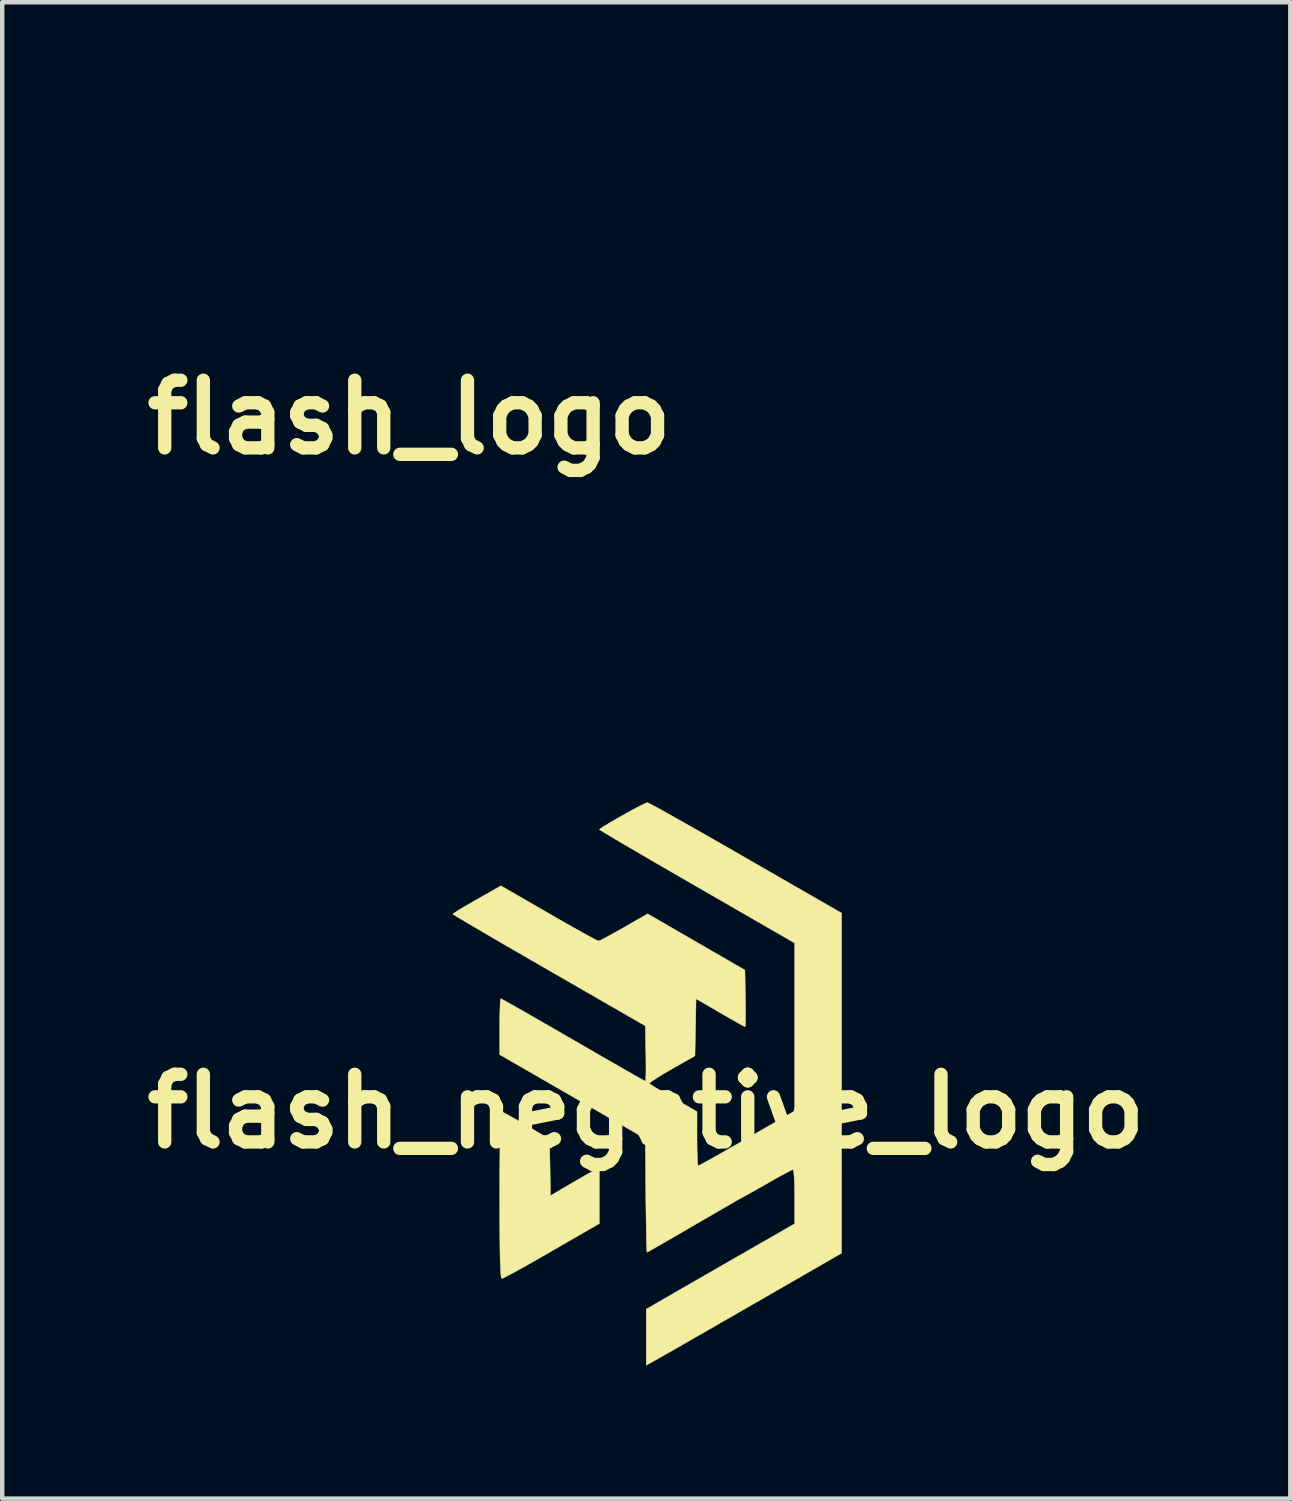
<source format=kicad_pcb>
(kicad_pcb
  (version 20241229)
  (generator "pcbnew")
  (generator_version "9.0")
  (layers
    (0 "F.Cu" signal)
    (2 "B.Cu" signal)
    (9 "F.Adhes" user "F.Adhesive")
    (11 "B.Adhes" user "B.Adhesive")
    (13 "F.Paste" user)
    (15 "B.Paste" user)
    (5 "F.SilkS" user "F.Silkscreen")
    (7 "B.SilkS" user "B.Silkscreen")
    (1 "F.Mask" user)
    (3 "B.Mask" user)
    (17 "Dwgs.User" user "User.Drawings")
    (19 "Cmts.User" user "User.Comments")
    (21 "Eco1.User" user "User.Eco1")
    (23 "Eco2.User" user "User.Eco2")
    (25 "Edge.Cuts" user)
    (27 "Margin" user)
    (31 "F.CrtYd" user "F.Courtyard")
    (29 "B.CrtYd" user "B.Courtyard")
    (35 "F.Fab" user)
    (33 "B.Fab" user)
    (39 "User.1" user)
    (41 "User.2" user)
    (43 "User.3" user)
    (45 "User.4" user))
  (footprint "flash_negative_logo"
    (layer "F.Cu")
    (at 11.51 21.988)
    (property "Reference" "flash_negative_logo" (at 0 0 0) (layer "F.SilkS") (effects (font (size 1.524 1.524) (thickness 0.3))))
    (attr through_hole)
    (fp_poly (pts (xy -3.224 0.023) (xy -3.119 0.079) (xy -2.969 0.163) (xy -2.788 0.268) (xy -2.709 0.314) (xy -2.18 0.624) (xy -2.168 1.262) (xy -2.157 1.9) (xy -1.851 1.72) (xy -1.667 1.612) (xy -1.473 1.5) (xy -1.309 1.406) (xy -1.302 1.402) (xy -1.058 1.264) (xy -1.058 2.529) (xy -2.131 3.148) (xy -2.405 3.306) (xy -2.657 3.449) (xy -2.877 3.572) (xy -3.055 3.669) (xy -3.181 3.736) (xy -3.247 3.766) (xy -3.253 3.768) (xy -3.265 3.745) (xy -3.276 3.675) (xy -3.284 3.551) (xy -3.291 3.369) (xy -3.296 3.123) (xy -3.299 2.809) (xy -3.301 2.421) (xy -3.302 1.954) (xy -3.302 1.884) (xy -3.301 1.494) (xy -3.299 1.131) (xy -3.296 0.804) (xy -3.292 0.521) (xy -3.287 0.292) (xy -3.281 0.123) (xy -3.275 0.025) (xy -3.27 0.002) (xy -3.224 0.023)) (stroke (width 0.01) (type solid)) (fill yes) (layer "F.SilkS"))
    (fp_poly (pts (xy 0.069 -6.936) (xy 0.181 -6.877) (xy 0.352 -6.783) (xy 0.578 -6.657) (xy 0.85 -6.504) (xy 1.162 -6.327) (xy 1.509 -6.129) (xy 1.882 -5.916) (xy 2.237 -5.711) (xy 4.4 -4.466) (xy 4.4 -0.635) (xy 4.399 3.196) (xy 2.488 4.297) (xy 2.11 4.515) (xy 1.745 4.724) (xy 1.402 4.922) (xy 1.089 5.101) (xy 0.815 5.259) (xy 0.587 5.389) (xy 0.414 5.488) (xy 0.305 5.55) (xy 0.288 5.559) (xy 0 5.721) (xy 0 4.457) (xy 0.603 4.108) (xy 0.807 3.99) (xy 1.067 3.841) (xy 1.365 3.669) (xy 1.684 3.485) (xy 2.007 3.3) (xy 2.275 3.146) (xy 3.344 2.533) (xy 3.344 1.923) (xy 3.342 1.705) (xy 3.335 1.522) (xy 3.325 1.389) (xy 3.312 1.319) (xy 3.306 1.312) (xy 3.257 1.332) (xy 3.15 1.388) (xy 2.998 1.47) (xy 2.816 1.572) (xy 2.752 1.609) (xy 2.565 1.715) (xy 2.407 1.805) (xy 2.291 1.87) (xy 2.229 1.903) (xy 2.223 1.905) (xy 2.185 1.925) (xy 2.083 1.983) (xy 1.926 2.074) (xy 1.723 2.191) (xy 1.483 2.33) (xy 1.216 2.485) (xy 1.122 2.54) (xy 0.847 2.7) (xy 0.597 2.845) (xy 0.38 2.97) (xy 0.206 3.07) (xy 0.084 3.139) (xy 0.022 3.173) (xy 0.017 3.175) (xy 0.013 3.134) (xy 0.008 3.019) (xy 0.003 2.84) (xy -0.001 2.608) (xy -0.005 2.331) (xy -0.009 2.022) (xy -0.01 1.895) (xy -0.021 0.615) (xy -1.662 -0.332) (xy -3.302 -1.278) (xy -3.302 -1.909) (xy -3.301 -2.129) (xy -3.296 -2.316) (xy -3.29 -2.455) (xy -3.283 -2.53) (xy -3.279 -2.54) (xy -3.238 -2.519) (xy -3.132 -2.461) (xy -2.968 -2.368) (xy -2.753 -2.246) (xy -2.495 -2.098) (xy -2.202 -1.929) (xy -1.881 -1.744) (xy -1.647 -1.609) (xy -1.311 -1.414) (xy -0.998 -1.234) (xy -0.715 -1.071) (xy -0.47 -0.931) (xy -0.271 -0.817) (xy -0.124 -0.735) (xy -0.039 -0.687) (xy -0.018 -0.677) (xy -0.012 -0.717) (xy -0.008 -0.827) (xy -0.006 -0.992) (xy -0.008 -1.197) (xy -0.009 -1.301) (xy -0.021 -1.926) (xy -2.19 -3.175) (xy -2.581 -3.401) (xy -2.95 -3.614) (xy -3.29 -3.811) (xy -3.594 -3.989) (xy -3.856 -4.142) (xy -4.07 -4.268) (xy -4.229 -4.363) (xy -4.327 -4.424) (xy -4.358 -4.445) (xy -4.323 -4.472) (xy -4.227 -4.533) (xy -4.083 -4.619) (xy -3.904 -4.723) (xy -3.816 -4.773) (xy -3.274 -5.081) (xy -2.198 -4.46) (xy -1.924 -4.302) (xy -1.672 -4.159) (xy -1.452 -4.036) (xy -1.275 -3.938) (xy -1.149 -3.871) (xy -1.083 -3.84) (xy -1.078 -3.838) (xy -1.026 -3.858) (xy -0.916 -3.914) (xy -0.762 -3.997) (xy -0.578 -4.1) (xy -0.501 -4.144) (xy 0.03 -4.45) (xy 2.223 -3.182) (xy 2.234 -2.543) (xy 2.237 -2.322) (xy 2.237 -2.134) (xy 2.235 -1.993) (xy 2.23 -1.916) (xy 2.227 -1.905) (xy 2.185 -1.925) (xy 2.084 -1.981) (xy 1.937 -2.064) (xy 1.756 -2.168) (xy 1.665 -2.221) (xy 1.122 -2.537) (xy 1.11 -1.893) (xy 1.097 -1.249) (xy 0.574 -0.953) (xy 0.389 -0.845) (xy 0.235 -0.75) (xy 0.125 -0.677) (xy 0.072 -0.634) (xy 0.069 -0.627) (xy 0.11 -0.597) (xy 0.211 -0.533) (xy 0.359 -0.444) (xy 0.54 -0.339) (xy 0.615 -0.296) (xy 1.143 0.006) (xy 1.143 0.617) (xy 1.145 0.833) (xy 1.15 1.016) (xy 1.157 1.15) (xy 1.166 1.221) (xy 1.17 1.228) (xy 1.213 1.207) (xy 1.319 1.15) (xy 1.48 1.06) (xy 1.686 0.944) (xy 1.927 0.807) (xy 2.195 0.653) (xy 2.271 0.61) (xy 3.344 -0.008) (xy 3.344 -3.792) (xy 1.144 -5.06) (xy 0.75 -5.288) (xy 0.378 -5.503) (xy 0.035 -5.702) (xy -0.272 -5.882) (xy -0.538 -6.037) (xy -0.755 -6.166) (xy -0.918 -6.263) (xy -1.021 -6.326) (xy -1.056 -6.35) (xy -1.021 -6.379) (xy -0.927 -6.439) (xy -0.791 -6.52) (xy -0.628 -6.614) (xy -0.454 -6.712) (xy -0.287 -6.804) (xy -0.14 -6.881) (xy -0.032 -6.935) (xy 0.023 -6.957) (xy 0.024 -6.957) (xy 0.069 -6.936)) (stroke (width 0.01) (type solid)) (fill yes) (layer "F.SilkS")))
  (footprint "flash_logo"
    (layer "F.Cu")
    (at 6.176 6.351)
    (property "Reference" "flash_logo" (at 0 0 0) (layer "F.SilkS") (effects (font (size 1.524 1.524) (thickness 0.3))))
    (attr through_hole)
    (fp_poly (pts (xy 3.314 1.29) (xy 3.328 1.341) (xy 3.336 1.446) (xy 3.338 1.613) (xy 3.336 1.853) (xy 3.335 1.903) (xy 3.323 2.545) (xy 0 4.463) (xy 0 5.068) (xy -0.002 5.283) (xy -0.008 5.464) (xy -0.016 5.596) (xy -0.027 5.664) (xy -0.032 5.67) (xy -0.078 5.649) (xy -0.184 5.594) (xy -0.333 5.512) (xy -0.513 5.411) (xy -0.56 5.384) (xy -1.056 5.101) (xy -1.055 4.445) (xy -1.055 3.789) (xy -0.03 3.198) (xy 0.297 3.009) (xy 0.673 2.791) (xy 1.075 2.559) (xy 1.479 2.325) (xy 1.861 2.103) (xy 2.117 1.954) (xy 2.398 1.791) (xy 2.657 1.642) (xy 2.884 1.511) (xy 3.07 1.405) (xy 3.206 1.328) (xy 3.281 1.287) (xy 3.293 1.281) (xy 3.314 1.29)) (stroke (width 0.01) (type solid)) (fill yes) (layer "F.Mask"))
    (fp_poly (pts (xy 0.032 -5.718) (xy 0.384 -5.514) (xy 0.783 -5.284) (xy 1.205 -5.041) (xy 1.621 -4.8) (xy 2.008 -4.577) (xy 2.223 -4.453) (xy 3.323 -3.816) (xy 3.345 -0.008) (xy 2.24 0.631) (xy 1.962 0.791) (xy 1.71 0.936) (xy 1.49 1.061) (xy 1.314 1.162) (xy 1.188 1.232) (xy 1.124 1.267) (xy 1.117 1.27) (xy 1.111 1.23) (xy 1.107 1.12) (xy 1.103 0.955) (xy 1.101 0.749) (xy 1.101 0.639) (xy 1.101 0.009) (xy 1.65 -0.302) (xy 1.842 -0.413) (xy 2.004 -0.509) (xy 2.125 -0.583) (xy 2.191 -0.627) (xy 2.199 -0.635) (xy 2.164 -0.662) (xy 2.069 -0.723) (xy 1.925 -0.809) (xy 1.745 -0.914) (xy 1.65 -0.968) (xy 1.101 -1.28) (xy 1.101 -1.91) (xy 1.102 -2.13) (xy 1.105 -2.317) (xy 1.11 -2.455) (xy 1.116 -2.53) (xy 1.12 -2.54) (xy 1.161 -2.52) (xy 1.262 -2.465) (xy 1.408 -2.382) (xy 1.586 -2.279) (xy 1.648 -2.244) (xy 1.834 -2.136) (xy 1.993 -2.047) (xy 2.111 -1.982) (xy 2.174 -1.949) (xy 2.18 -1.947) (xy 2.188 -1.987) (xy 2.193 -2.097) (xy 2.195 -2.262) (xy 2.193 -2.467) (xy 2.192 -2.57) (xy 2.18 -3.192) (xy 0.563 -4.126) (xy -1.055 -5.059) (xy -1.057 -5.702) (xy -1.058 -6.346) (xy 0.032 -5.718)) (stroke (width 0.01) (type solid)) (fill yes) (layer "F.Mask"))
    (fp_poly (pts (xy -4.286 -4.382) (xy -4.17 -4.32) (xy -3.992 -4.221) (xy -3.755 -4.088) (xy -3.465 -3.922) (xy -3.127 -3.727) (xy -2.745 -3.506) (xy -2.709 -3.485) (xy -2.529 -3.381) (xy -2.291 -3.244) (xy -2.012 -3.082) (xy -1.707 -2.907) (xy -1.393 -2.725) (xy -1.092 -2.552) (xy -0.003 -1.926) (xy -0.001 -1.302) (xy -0.002 -1.083) (xy -0.006 -0.897) (xy -0.011 -0.76) (xy -0.017 -0.686) (xy -0.021 -0.677) (xy -0.061 -0.698) (xy -0.166 -0.755) (xy -0.325 -0.845) (xy -0.529 -0.961) (xy -0.769 -1.098) (xy -1.036 -1.252) (xy -1.104 -1.291) (xy -1.375 -1.448) (xy -1.621 -1.59) (xy -1.834 -1.711) (xy -2.004 -1.808) (xy -2.121 -1.874) (xy -2.177 -1.904) (xy -2.18 -1.905) (xy -2.22 -1.925) (xy -2.317 -1.978) (xy -2.455 -2.055) (xy -2.618 -2.147) (xy -2.79 -2.246) (xy -2.955 -2.341) (xy -3.097 -2.424) (xy -3.164 -2.464) (xy -3.302 -2.547) (xy -3.302 -1.919) (xy -3.301 -1.291) (xy -2.741 -0.965) (xy -2.551 -0.855) (xy -2.305 -0.712) (xy -2.018 -0.546) (xy -1.707 -0.367) (xy -1.388 -0.183) (xy -1.092 -0.012) (xy -0.003 0.614) (xy -0.001 1.877) (xy -0.002 2.228) (xy -0.006 2.532) (xy -0.011 2.781) (xy -0.018 2.968) (xy -0.028 3.085) (xy -0.038 3.126) (xy -0.039 3.126) (xy -0.089 3.101) (xy -0.197 3.042) (xy -0.349 2.958) (xy -0.529 2.857) (xy -0.566 2.836) (xy -1.055 2.561) (xy -1.067 1.916) (xy -1.079 1.271) (xy -1.63 1.585) (xy -2.18 1.899) (xy -2.201 1.259) (xy -2.223 0.62) (xy -3.281 0.005) (xy -3.292 1.886) (xy -3.295 2.276) (xy -3.299 2.639) (xy -3.304 2.965) (xy -3.31 3.248) (xy -3.316 3.477) (xy -3.322 3.645) (xy -3.329 3.743) (xy -3.334 3.766) (xy -3.38 3.745) (xy -3.485 3.689) (xy -3.633 3.606) (xy -3.811 3.503) (xy -3.852 3.479) (xy -4.339 3.194) (xy -4.35 -0.604) (xy -4.351 -1.163) (xy -4.352 -1.697) (xy -4.352 -2.201) (xy -4.351 -2.668) (xy -4.35 -3.092) (xy -4.349 -3.467) (xy -4.347 -3.787) (xy -4.344 -4.047) (xy -4.341 -4.24) (xy -4.337 -4.361) (xy -4.333 -4.403) (xy -4.333 -4.403) (xy -4.286 -4.382)) (stroke (width 0.01) (type solid)) (fill yes) (layer "F.Mask")))
  (gr_rect
    (start -3 -3)
    (end 26.02 30.714)
    (stroke (width 0.1) (type default))
    (fill no)
    (layer "Edge.Cuts")))
</source>
